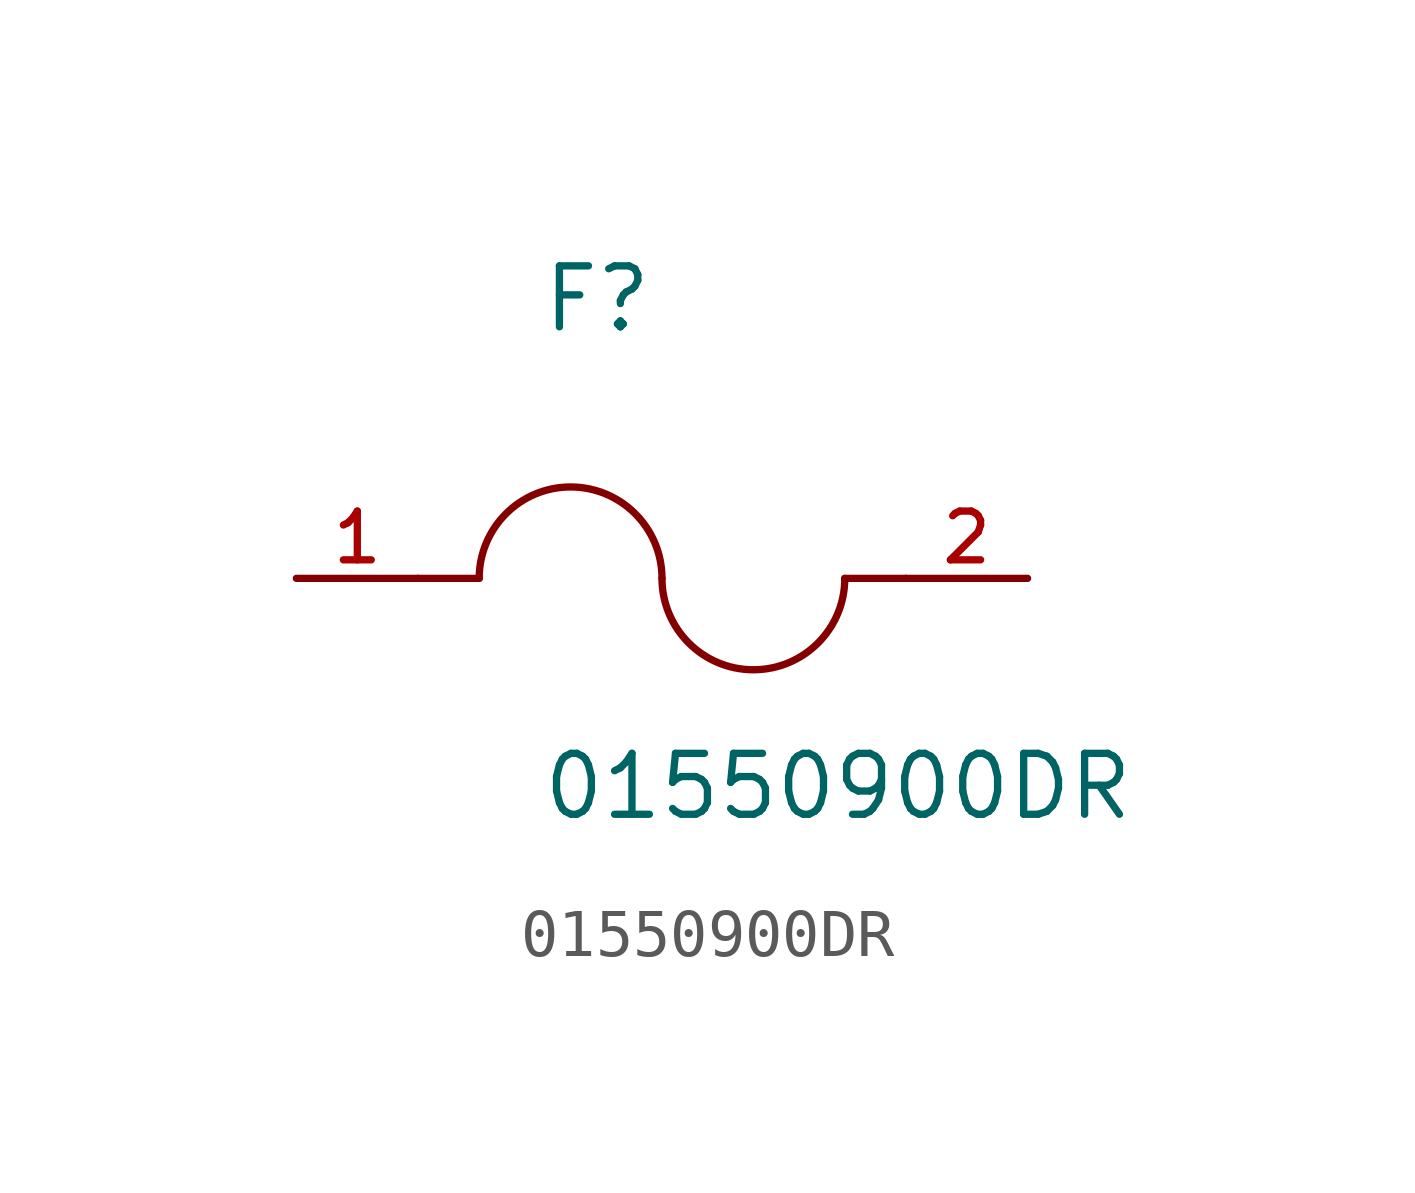
<source format=kicad_sym>
(kicad_symbol_lib
  (version 20211014)
  (generator kicad_symbol_editor)
  (symbol "01550900DR"
    (pin_names
      (offset 1.016))
    (property "Reference" "F"
      (at -2.54 5.08 0)
      (effects (font (size 1.27 1.27)) (justify bottom left)))
    (property "Value" "01550900DR"
      (at -2.54 -5.08 0)
      (effects (font (size 1.27 1.27)) (justify bottom left)))
    (symbol "01550900DR_0_0"
      (arc (start 0.0 0.0) (mid -1.905 1.905) (end -3.81 0.0) (stroke (width 0.1524) (type default) (color 0 0 0 0)) (fill (type none)))
      (arc (start 3.81 0.0) (mid 1.905 -1.905) (end 0.0 0.0) (stroke (width 0.1524) (type default) (color 0 0 0 0)) (fill (type none)))
      (polyline (pts (xy 5.08 0.0) (xy 3.81 0.0)) (stroke (width 0.152)))
      (polyline (pts (xy -5.08 0.0) (xy -3.81 0.0)) (stroke (width 0.152)))
      (pin passive line (at 7.62 0.0 180.0) (length 2.54) (name "~" (effects (font (size 1.016 1.016)))) (number "2" (effects (font (size 1.016 1.016)))))
      (pin passive line (at -7.62 0.0 0) (length 2.54) (name "~" (effects (font (size 1.016 1.016)))) (number "1" (effects (font (size 1.016 1.016))))))))
</source>
